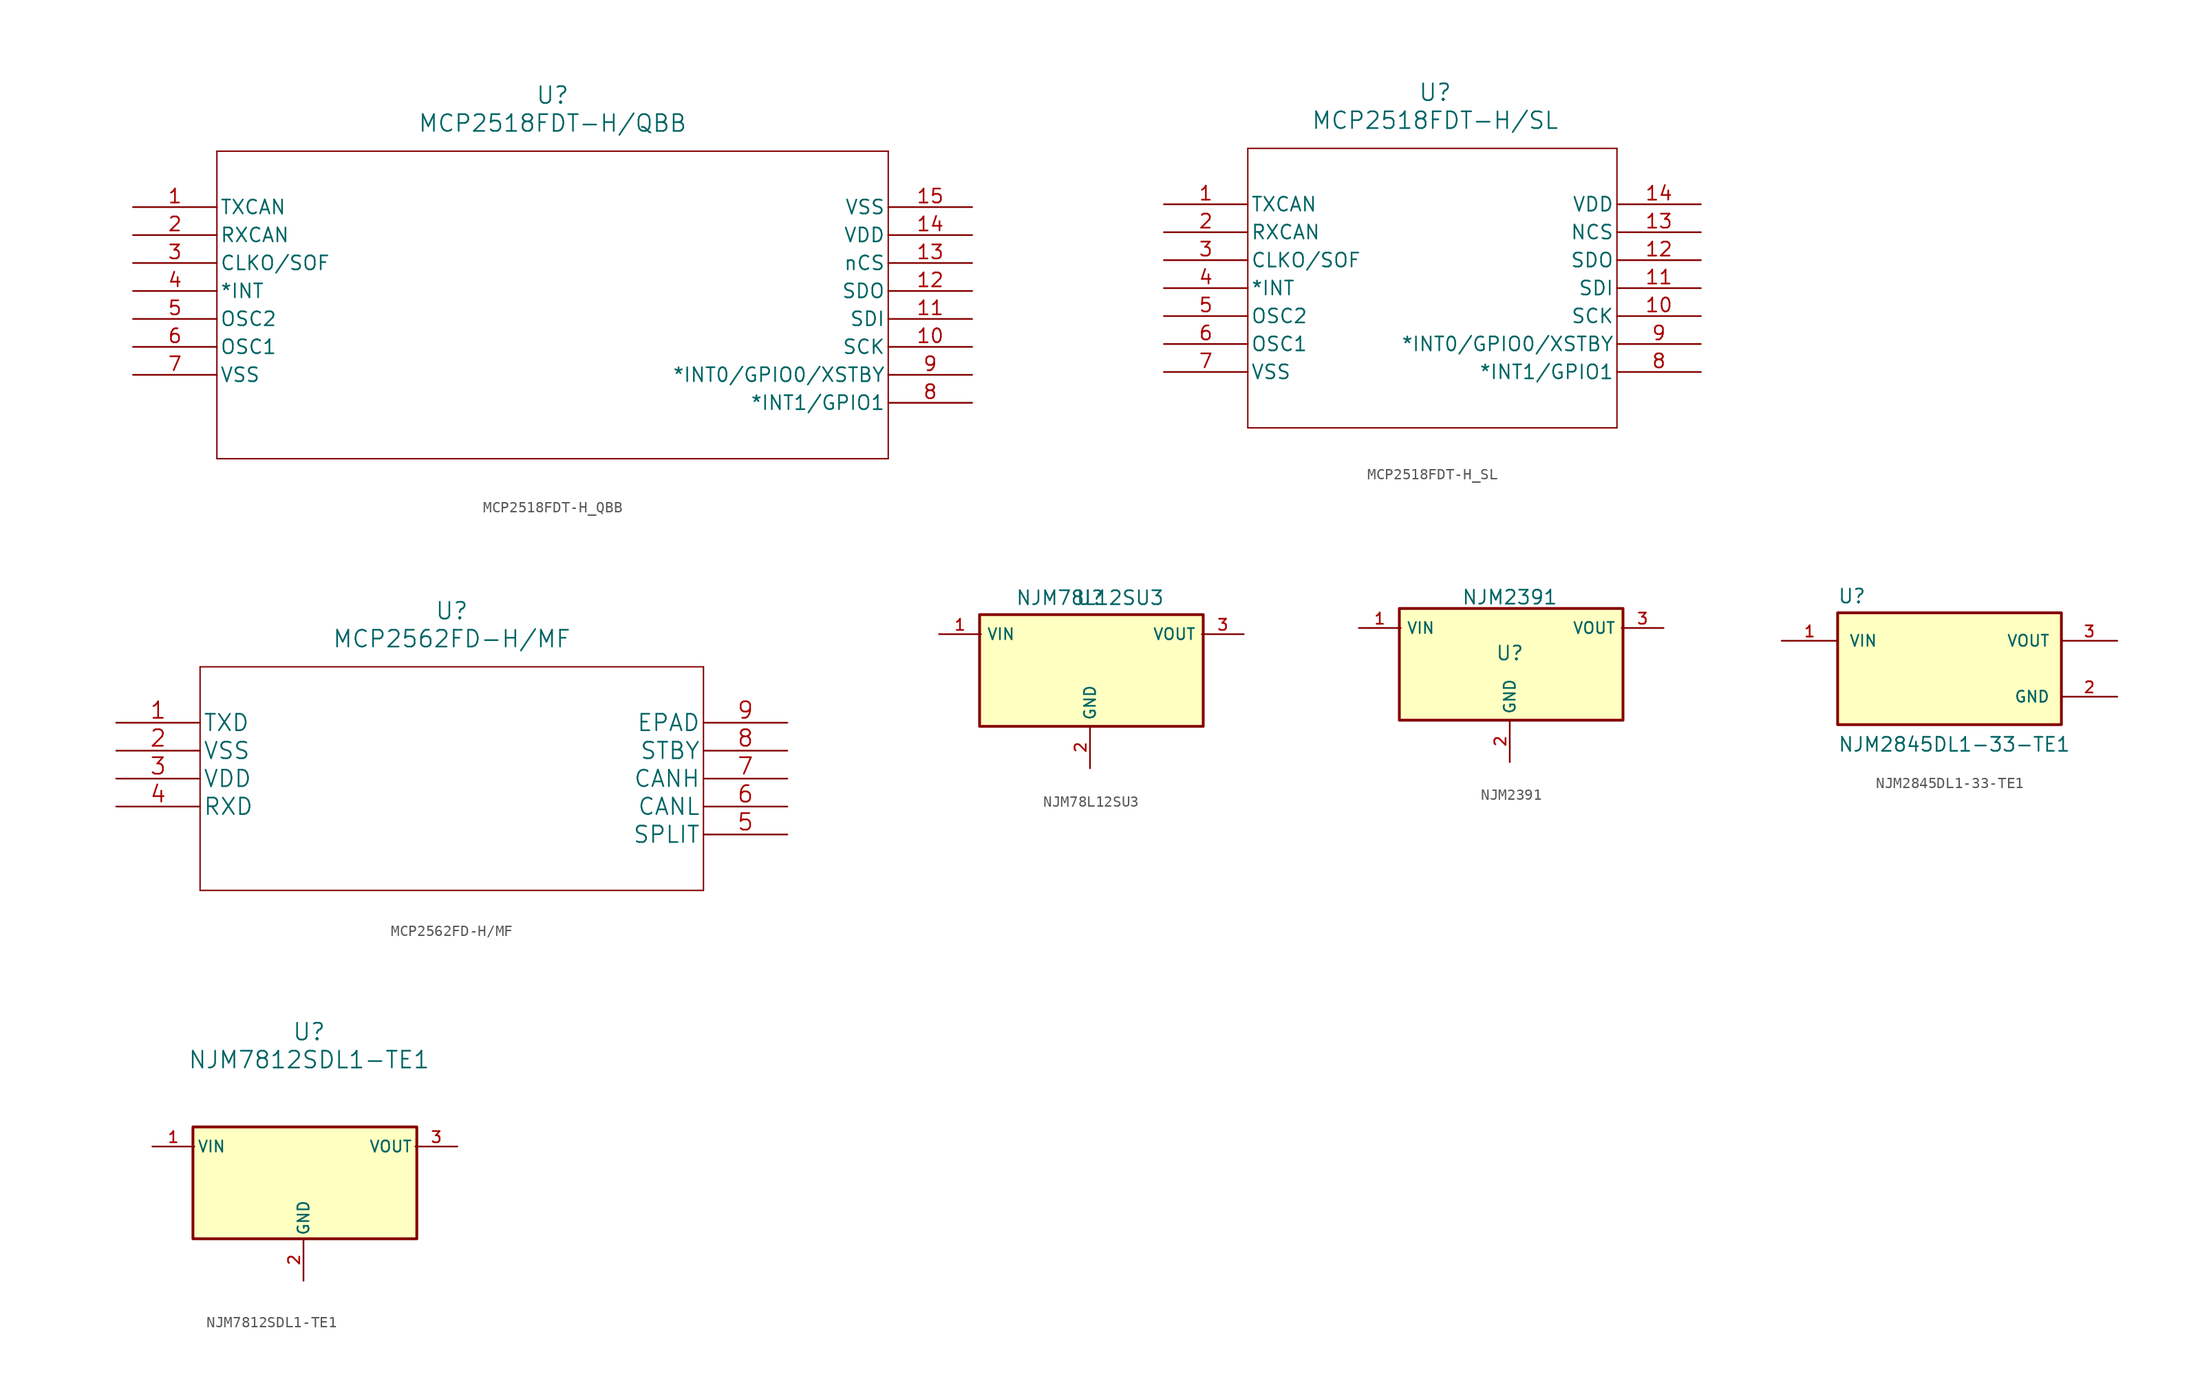
<source format=kicad_sym>
(kicad_symbol_lib
  (version 20231120)
  (generator "kicad_symbol_editor")
  (generator_version "8.0")
  (symbol "MCP2518FDT-H_QBB"
    (pin_names
      (offset 0.254))
    (property "Reference" "U"
      (at 38.1 10.16 0)
      (effects (font (size 1.524 1.524))))
    (property "Value" "MCP2518FDT-H/QBB"
      (at 38.1 7.62 0)
      (effects (font (size 1.524 1.524))))
    (property "ki_locked" ""
      (at 0 0 0)
      (effects (font (size 1.27 1.27))))
    (symbol "MCP2518FDT-H_QBB_0_1"
      (polyline (pts (xy 7.62 -22.86) (xy 68.58 -22.86)) (stroke (width 0.127) (type default)) (fill (type none)))
      (polyline (pts (xy 7.62 5.08) (xy 7.62 -22.86)) (stroke (width 0.127) (type default)) (fill (type none)))
      (polyline (pts (xy 68.58 -22.86) (xy 68.58 5.08)) (stroke (width 0.127) (type default)) (fill (type none)))
      (polyline (pts (xy 68.58 5.08) (xy 7.62 5.08)) (stroke (width 0.127) (type default)) (fill (type none)))
      (pin output line (at 0 0 0) (length 7.62) (name "TXCAN" (effects (font (size 1.27 1.27)))) (number "1" (effects (font (size 1.27 1.27)))))
      (pin input line (at 76.2 -12.7 180) (length 7.62) (name "SCK" (effects (font (size 1.27 1.27)))) (number "10" (effects (font (size 1.27 1.27)))))
      (pin input line (at 76.2 -10.16 180) (length 7.62) (name "SDI" (effects (font (size 1.27 1.27)))) (number "11" (effects (font (size 1.27 1.27)))))
      (pin output line (at 76.2 -7.62 180) (length 7.62) (name "SDO" (effects (font (size 1.27 1.27)))) (number "12" (effects (font (size 1.27 1.27)))))
      (pin input line (at 76.2 -5.08 180) (length 7.62) (name "nCS" (effects (font (size 1.27 1.27)))) (number "13" (effects (font (size 1.27 1.27)))))
      (pin power_in line (at 76.2 -2.54 180) (length 7.62) (name "VDD" (effects (font (size 1.27 1.27)))) (number "14" (effects (font (size 1.27 1.27)))))
      (pin power_out line (at 76.2 0 180) (length 7.62) (name "VSS" (effects (font (size 1.27 1.27)))) (number "15" (effects (font (size 1.27 1.27)))))
      (pin input line (at 0 -2.54 0) (length 7.62) (name "RXCAN" (effects (font (size 1.27 1.27)))) (number "2" (effects (font (size 1.27 1.27)))))
      (pin output line (at 0 -5.08 0) (length 7.62) (name "CLKO/SOF" (effects (font (size 1.27 1.27)))) (number "3" (effects (font (size 1.27 1.27)))))
      (pin output line (at 0 -7.62 0) (length 7.62) (name "*INT" (effects (font (size 1.27 1.27)))) (number "4" (effects (font (size 1.27 1.27)))))
      (pin output line (at 0 -10.16 0) (length 7.62) (name "OSC2" (effects (font (size 1.27 1.27)))) (number "5" (effects (font (size 1.27 1.27)))))
      (pin input line (at 0 -12.7 0) (length 7.62) (name "OSC1" (effects (font (size 1.27 1.27)))) (number "6" (effects (font (size 1.27 1.27)))))
      (pin power_out line (at 0 -15.24 0) (length 7.62) (name "VSS" (effects (font (size 1.27 1.27)))) (number "7" (effects (font (size 1.27 1.27)))))
      (pin bidirectional line (at 76.2 -17.78 180) (length 7.62) (name "*INT1/GPIO1" (effects (font (size 1.27 1.27)))) (number "8" (effects (font (size 1.27 1.27)))))
      (pin bidirectional line (at 76.2 -15.24 180) (length 7.62) (name "*INT0/GPIO0/XSTBY" (effects (font (size 1.27 1.27)))) (number "9" (effects (font (size 1.27 1.27)))))))
  (symbol "MCP2518FDT-H_SL"
    (pin_names
      (offset 0.254))
    (property "Reference" "U"
      (at 38.1 10.16 0)
      (effects (font (size 1.524 1.524))))
    (property "Value" "MCP2518FDT-H/SL"
      (at 38.1 7.62 0)
      (effects (font (size 1.524 1.524))))
    (property "ki_locked" ""
      (at 0 0 0)
      (effects (font (size 1.27 1.27))))
    (symbol "MCP2518FDT-H_SL_0_1"
      (polyline (pts (xy 21.082 -20.32) (xy 54.61 -20.32)) (stroke (width 0.127) (type default)) (fill (type none)))
      (polyline (pts (xy 21.082 5.08) (xy 21.082 -20.32)) (stroke (width 0.127) (type default)) (fill (type none)))
      (polyline (pts (xy 54.61 -20.32) (xy 54.61 5.08)) (stroke (width 0.127) (type default)) (fill (type none)))
      (polyline (pts (xy 54.61 5.08) (xy 21.082 5.08)) (stroke (width 0.127) (type default)) (fill (type none)))
      (pin output line (at 13.462 0 0) (length 7.62) (name "TXCAN" (effects (font (size 1.27 1.27)))) (number "1" (effects (font (size 1.27 1.27)))))
      (pin input line (at 62.23 -10.16 180) (length 7.62) (name "SCK" (effects (font (size 1.27 1.27)))) (number "10" (effects (font (size 1.27 1.27)))))
      (pin input line (at 62.23 -7.62 180) (length 7.62) (name "SDI" (effects (font (size 1.27 1.27)))) (number "11" (effects (font (size 1.27 1.27)))))
      (pin output line (at 62.23 -5.08 180) (length 7.62) (name "SDO" (effects (font (size 1.27 1.27)))) (number "12" (effects (font (size 1.27 1.27)))))
      (pin input line (at 62.23 -2.54 180) (length 7.62) (name "NCS" (effects (font (size 1.27 1.27)))) (number "13" (effects (font (size 1.27 1.27)))))
      (pin power_in line (at 62.23 0 180) (length 7.62) (name "VDD" (effects (font (size 1.27 1.27)))) (number "14" (effects (font (size 1.27 1.27)))))
      (pin input line (at 13.462 -2.54 0) (length 7.62) (name "RXCAN" (effects (font (size 1.27 1.27)))) (number "2" (effects (font (size 1.27 1.27)))))
      (pin output line (at 13.462 -5.08 0) (length 7.62) (name "CLKO/SOF" (effects (font (size 1.27 1.27)))) (number "3" (effects (font (size 1.27 1.27)))))
      (pin output line (at 13.462 -7.62 0) (length 7.62) (name "*INT" (effects (font (size 1.27 1.27)))) (number "4" (effects (font (size 1.27 1.27)))))
      (pin output line (at 13.462 -10.16 0) (length 7.62) (name "OSC2" (effects (font (size 1.27 1.27)))) (number "5" (effects (font (size 1.27 1.27)))))
      (pin input line (at 13.462 -12.7 0) (length 7.62) (name "OSC1" (effects (font (size 1.27 1.27)))) (number "6" (effects (font (size 1.27 1.27)))))
      (pin power_out line (at 13.462 -15.24 0) (length 7.62) (name "VSS" (effects (font (size 1.27 1.27)))) (number "7" (effects (font (size 1.27 1.27)))))
      (pin bidirectional line (at 62.23 -15.24 180) (length 7.62) (name "*INT1/GPIO1" (effects (font (size 1.27 1.27)))) (number "8" (effects (font (size 1.27 1.27)))))
      (pin bidirectional line (at 62.23 -12.7 180) (length 7.62) (name "*INT0/GPIO0/XSTBY" (effects (font (size 1.27 1.27)))) (number "9" (effects (font (size 1.27 1.27)))))))
  (symbol "MCP2562FD-H/MF"
    (pin_names
      (offset 0.254))
    (property "Reference" "U"
      (at 30.48 10.16 0)
      (effects (font (size 1.524 1.524))))
    (property "Value" "MCP2562FD-H{slash}MF"
      (at 30.48 7.62 0)
      (effects (font (size 1.524 1.524))))
    (property "Datasheet" ""
      (at 0 0 0)
      (effects (font (size 1.524 1.524))))
    (property "ki_locked" ""
      (at 0 0 0)
      (effects (font (size 1.27 1.27))))
    (symbol "MCP2562FD-H/MF_1_1"
      (polyline (pts (xy 7.62 -15.24) (xy 53.34 -15.24)) (stroke (width 0.127) (type default)) (fill (type none)))
      (polyline (pts (xy 7.62 5.08) (xy 7.62 -15.24)) (stroke (width 0.127) (type default)) (fill (type none)))
      (polyline (pts (xy 53.34 -15.24) (xy 53.34 5.08)) (stroke (width 0.127) (type default)) (fill (type none)))
      (polyline (pts (xy 53.34 5.08) (xy 7.62 5.08)) (stroke (width 0.127) (type default)) (fill (type none)))
      (pin input line (at 0 0 0) (length 7.62) (name "TXD" (effects (font (size 1.499 1.499)))) (number "1" (effects (font (size 1.499 1.499)))))
      (pin power_in line (at 0 -2.54 0) (length 7.62) (name "VSS" (effects (font (size 1.499 1.499)))) (number "2" (effects (font (size 1.499 1.499)))))
      (pin power_in line (at 0 -5.08 0) (length 7.62) (name "VDD" (effects (font (size 1.499 1.499)))) (number "3" (effects (font (size 1.499 1.499)))))
      (pin output line (at 0 -7.62 0) (length 7.62) (name "RXD" (effects (font (size 1.499 1.499)))) (number "4" (effects (font (size 1.499 1.499)))))
      (pin power_in line (at 60.96 -10.16 180) (length 7.62) (name "SPLIT" (effects (font (size 1.499 1.499)))) (number "5" (effects (font (size 1.499 1.499)))))
      (pin bidirectional line (at 60.96 -7.62 180) (length 7.62) (name "CANL" (effects (font (size 1.499 1.499)))) (number "6" (effects (font (size 1.499 1.499)))))
      (pin bidirectional line (at 60.96 -5.08 180) (length 7.62) (name "CANH" (effects (font (size 1.499 1.499)))) (number "7" (effects (font (size 1.499 1.499)))))
      (pin input line (at 60.96 -2.54 180) (length 7.62) (name "STBY" (effects (font (size 1.499 1.499)))) (number "8" (effects (font (size 1.499 1.499)))))
      (pin power_in line (at 60.96 0 180) (length 7.62) (name "EPAD" (effects (font (size 1.499 1.499)))) (number "9" (effects (font (size 1.499 1.499)))))))
  (symbol "NJM78L12SU3"
    (property "Reference" "U"
      (at 0 0 0)
      (effects (font (size 1.27 1.27))))
    (property "Value" "NJM78L12SU3"
      (at 0 0 0)
      (effects (font (size 1.27 1.27))))
    (symbol "NJM78L12SU3_0_0"
      (rectangle (start -10.033 -11.684) (end 10.287 -1.524) (stroke (width 0.254) (type default)) (fill (type background))))
    (symbol "NJM78L12SU3_1_1"
      (pin input line (at -13.716 -3.302 0) (length 3.81) (name "VIN" (effects (font (size 1.016 1.016)))) (number "1" (effects (font (size 1.016 1.016)))))
      (pin power_in line (at 0 -15.494 90) (length 3.81) (name "GND" (effects (font (size 1.016 1.016)))) (number "2" (effects (font (size 1.016 1.016)))))
      (pin power_in line (at 13.97 -3.302 180) (length 3.81) (name "VOUT" (effects (font (size 1.016 1.016)))) (number "3" (effects (font (size 1.016 1.016)))))))
  (symbol "NJM2391"
    (property "Reference" "U"
      (at 0 0 0)
      (effects (font (size 1.27 1.27))))
    (property "Value" "NJM2391"
      (at 0 5.08 0)
      (effects (font (size 1.27 1.27))))
    (symbol "NJM2391_0_0"
      (rectangle (start -10.033 -6.096) (end 10.287 4.064) (stroke (width 0.254) (type default)) (fill (type background))))
    (symbol "NJM2391_1_1"
      (pin input line (at -13.716 2.286 0) (length 3.81) (name "VIN" (effects (font (size 1.016 1.016)))) (number "1" (effects (font (size 1.016 1.016)))))
      (pin power_in line (at 0 -9.906 90) (length 3.81) (name "GND" (effects (font (size 1.016 1.016)))) (number "2" (effects (font (size 1.016 1.016)))))
      (pin power_in line (at 13.97 2.286 180) (length 3.81) (name "VOUT" (effects (font (size 1.016 1.016)))) (number "3" (effects (font (size 1.016 1.016)))))))
  (symbol "NJM2845DL1-33-TE1"
    (pin_names
      (offset 1.016))
    (property "Reference" "U"
      (at -10.173 5.849 0)
      (effects (font (size 1.27 1.27)) (justify left bottom)))
    (property "Value" "NJM2845DL1-33-TE1"
      (at -10.162 -7.622 0)
      (effects (font (size 1.27 1.27)) (justify left bottom)))
    (symbol "NJM2845DL1-33-TE1_0_0"
      (rectangle (start -10.16 -5.08) (end 10.16 5.08) (stroke (width 0.254) (type default)) (fill (type background)))
      (pin input line (at -15.24 2.54 0) (length 5.08) (name "VIN" (effects (font (size 1.016 1.016)))) (number "1" (effects (font (size 1.016 1.016)))))
      (pin power_in line (at 15.24 -2.54 180) (length 5.08) (name "GND" (effects (font (size 1.016 1.016)))) (number "2" (effects (font (size 1.016 1.016)))))
      (pin power_in line (at 15.24 2.54 180) (length 5.08) (name "VOUT" (effects (font (size 1.016 1.016)))) (number "3" (effects (font (size 1.016 1.016)))))))
  (symbol "NJM7812SDL1-TE1"
    (pin_names
      (offset 0.254))
    (property "Reference" "U"
      (at 20.32 10.16 0)
      (effects (font (size 1.524 1.524))))
    (property "Value" "NJM7812SDL1-TE1"
      (at 20.32 7.62 0)
      (effects (font (size 1.524 1.524))))
    (property "Datasheet" ""
      (at 0 0 0)
      (effects (font (size 1.524 1.524))))
    (property "ki_locked" ""
      (at 0 0 0)
      (effects (font (size 1.27 1.27))))
    (symbol "NJM7812SDL1-TE1_0_0"
      (rectangle (start 9.779 -8.636) (end 30.099 1.524) (stroke (width 0.254) (type default)) (fill (type background))))
    (symbol "NJM7812SDL1-TE1_1_1"
      (pin input line (at 6.096 -0.254 0) (length 3.81) (name "VIN" (effects (font (size 1.016 1.016)))) (number "1" (effects (font (size 1.016 1.016)))))
      (pin power_in line (at 19.812 -12.446 90) (length 3.81) (name "GND" (effects (font (size 1.016 1.016)))) (number "2" (effects (font (size 1.016 1.016)))))
      (pin power_in line (at 33.782 -0.254 180) (length 3.81) (name "VOUT" (effects (font (size 1.016 1.016)))) (number "3" (effects (font (size 1.016 1.016))))))))
</source>
